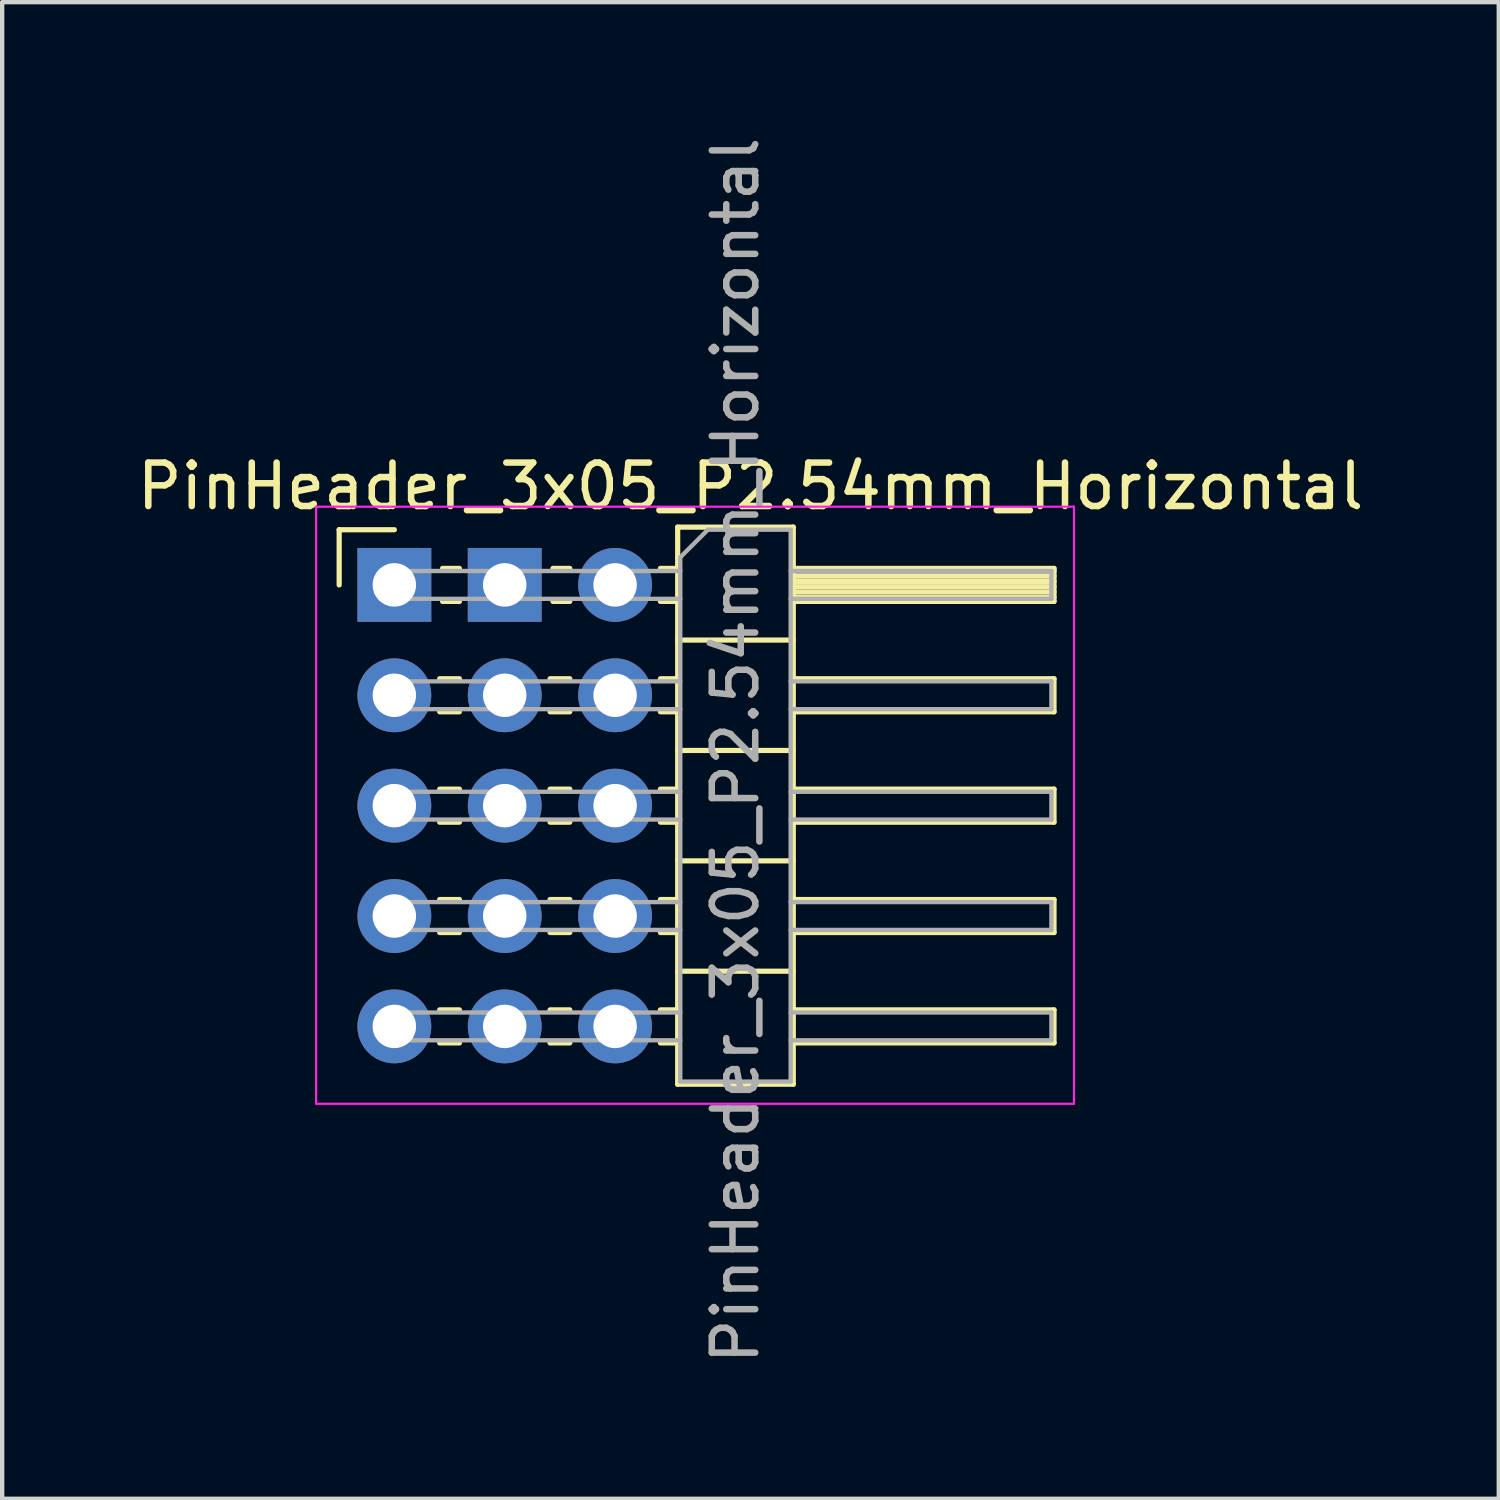
<source format=kicad_pcb>
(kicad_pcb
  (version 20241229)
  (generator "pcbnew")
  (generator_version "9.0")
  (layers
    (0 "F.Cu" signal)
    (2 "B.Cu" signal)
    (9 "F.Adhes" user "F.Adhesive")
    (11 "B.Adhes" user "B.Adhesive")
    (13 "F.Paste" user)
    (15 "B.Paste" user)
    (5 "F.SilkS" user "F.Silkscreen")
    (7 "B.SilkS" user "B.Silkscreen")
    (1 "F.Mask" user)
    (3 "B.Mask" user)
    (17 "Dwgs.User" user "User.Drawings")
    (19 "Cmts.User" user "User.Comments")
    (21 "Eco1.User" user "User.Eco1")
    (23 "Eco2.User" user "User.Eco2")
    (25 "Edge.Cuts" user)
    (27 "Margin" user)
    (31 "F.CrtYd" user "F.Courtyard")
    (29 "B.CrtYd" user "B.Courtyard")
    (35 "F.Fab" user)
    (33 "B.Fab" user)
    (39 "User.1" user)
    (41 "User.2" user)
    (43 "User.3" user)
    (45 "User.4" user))
  (footprint "PinHeader_3x05_P2.54mm_Horizontal"
    (layer "F.Cu")
    (at 6.025 10.41)
    (property "Reference" "PinHeader_3x05_P2.54mm_Horizontal" (at 8.195 -2.27 0) (layer "F.SilkS") (effects (font (size 1 1) (thickness 0.15))))
    (attr through_hole)
    (fp_line (start -1.27 -1.27) (end 0 -1.27) (stroke (width 0.12) (type solid)) (layer "F.SilkS"))
    (fp_line (start -1.27 0) (end -1.27 -1.27) (stroke (width 0.12) (type solid)) (layer "F.SilkS"))
    (fp_line (start 1.043 2.16) (end 1.497 2.16) (stroke (width 0.12) (type solid)) (layer "F.SilkS"))
    (fp_line (start 1.043 2.92) (end 1.497 2.92) (stroke (width 0.12) (type solid)) (layer "F.SilkS"))
    (fp_line (start 1.043 4.7) (end 1.497 4.7) (stroke (width 0.12) (type solid)) (layer "F.SilkS"))
    (fp_line (start 1.043 5.46) (end 1.497 5.46) (stroke (width 0.12) (type solid)) (layer "F.SilkS"))
    (fp_line (start 1.043 7.24) (end 1.497 7.24) (stroke (width 0.12) (type solid)) (layer "F.SilkS"))
    (fp_line (start 1.043 8) (end 1.497 8) (stroke (width 0.12) (type solid)) (layer "F.SilkS"))
    (fp_line (start 1.043 9.78) (end 1.497 9.78) (stroke (width 0.12) (type solid)) (layer "F.SilkS"))
    (fp_line (start 1.043 10.54) (end 1.497 10.54) (stroke (width 0.12) (type solid)) (layer "F.SilkS"))
    (fp_line (start 1.11 -0.38) (end 1.497 -0.38) (stroke (width 0.12) (type solid)) (layer "F.SilkS"))
    (fp_line (start 1.11 0.38) (end 1.497 0.38) (stroke (width 0.12) (type solid)) (layer "F.SilkS"))
    (fp_line (start 3.583 2.16) (end 4.037 2.16) (stroke (width 0.12) (type solid)) (layer "F.SilkS"))
    (fp_line (start 3.583 2.92) (end 4.037 2.92) (stroke (width 0.12) (type solid)) (layer "F.SilkS"))
    (fp_line (start 3.583 4.7) (end 4.037 4.7) (stroke (width 0.12) (type solid)) (layer "F.SilkS"))
    (fp_line (start 3.583 5.46) (end 4.037 5.46) (stroke (width 0.12) (type solid)) (layer "F.SilkS"))
    (fp_line (start 3.583 7.24) (end 4.037 7.24) (stroke (width 0.12) (type solid)) (layer "F.SilkS"))
    (fp_line (start 3.583 8) (end 4.037 8) (stroke (width 0.12) (type solid)) (layer "F.SilkS"))
    (fp_line (start 3.583 9.78) (end 4.037 9.78) (stroke (width 0.12) (type solid)) (layer "F.SilkS"))
    (fp_line (start 3.583 10.54) (end 4.037 10.54) (stroke (width 0.12) (type solid)) (layer "F.SilkS"))
    (fp_line (start 3.65 -0.38) (end 4.037 -0.38) (stroke (width 0.12) (type solid)) (layer "F.SilkS"))
    (fp_line (start 3.65 0.38) (end 4.037 0.38) (stroke (width 0.12) (type solid)) (layer "F.SilkS"))
    (fp_line (start 6.123 -0.38) (end 6.52 -0.38) (stroke (width 0.12) (type solid)) (layer "F.SilkS"))
    (fp_line (start 6.123 0.38) (end 6.52 0.38) (stroke (width 0.12) (type solid)) (layer "F.SilkS"))
    (fp_line (start 6.123 2.16) (end 6.52 2.16) (stroke (width 0.12) (type solid)) (layer "F.SilkS"))
    (fp_line (start 6.123 2.92) (end 6.52 2.92) (stroke (width 0.12) (type solid)) (layer "F.SilkS"))
    (fp_line (start 6.123 4.7) (end 6.52 4.7) (stroke (width 0.12) (type solid)) (layer "F.SilkS"))
    (fp_line (start 6.123 5.46) (end 6.52 5.46) (stroke (width 0.12) (type solid)) (layer "F.SilkS"))
    (fp_line (start 6.123 7.24) (end 6.52 7.24) (stroke (width 0.12) (type solid)) (layer "F.SilkS"))
    (fp_line (start 6.123 8) (end 6.52 8) (stroke (width 0.12) (type solid)) (layer "F.SilkS"))
    (fp_line (start 6.123 9.78) (end 6.52 9.78) (stroke (width 0.12) (type solid)) (layer "F.SilkS"))
    (fp_line (start 6.123 10.54) (end 6.52 10.54) (stroke (width 0.12) (type solid)) (layer "F.SilkS"))
    (fp_line (start 6.52 -1.33) (end 6.52 11.49) (stroke (width 0.12) (type solid)) (layer "F.SilkS"))
    (fp_line (start 6.52 1.27) (end 9.18 1.27) (stroke (width 0.12) (type solid)) (layer "F.SilkS"))
    (fp_line (start 6.52 3.81) (end 9.18 3.81) (stroke (width 0.12) (type solid)) (layer "F.SilkS"))
    (fp_line (start 6.52 6.35) (end 9.18 6.35) (stroke (width 0.12) (type solid)) (layer "F.SilkS"))
    (fp_line (start 6.52 8.89) (end 9.18 8.89) (stroke (width 0.12) (type solid)) (layer "F.SilkS"))
    (fp_line (start 6.52 11.49) (end 9.18 11.49) (stroke (width 0.12) (type solid)) (layer "F.SilkS"))
    (fp_line (start 9.18 -1.33) (end 6.52 -1.33) (stroke (width 0.12) (type solid)) (layer "F.SilkS"))
    (fp_line (start 9.18 -0.38) (end 15.18 -0.38) (stroke (width 0.12) (type solid)) (layer "F.SilkS"))
    (fp_line (start 9.18 -0.32) (end 15.18 -0.32) (stroke (width 0.12) (type solid)) (layer "F.SilkS"))
    (fp_line (start 9.18 -0.2) (end 15.18 -0.2) (stroke (width 0.12) (type solid)) (layer "F.SilkS"))
    (fp_line (start 9.18 -0.08) (end 15.18 -0.08) (stroke (width 0.12) (type solid)) (layer "F.SilkS"))
    (fp_line (start 9.18 0.04) (end 15.18 0.04) (stroke (width 0.12) (type solid)) (layer "F.SilkS"))
    (fp_line (start 9.18 0.16) (end 15.18 0.16) (stroke (width 0.12) (type solid)) (layer "F.SilkS"))
    (fp_line (start 9.18 0.28) (end 15.18 0.28) (stroke (width 0.12) (type solid)) (layer "F.SilkS"))
    (fp_line (start 9.18 2.16) (end 15.18 2.16) (stroke (width 0.12) (type solid)) (layer "F.SilkS"))
    (fp_line (start 9.18 4.7) (end 15.18 4.7) (stroke (width 0.12) (type solid)) (layer "F.SilkS"))
    (fp_line (start 9.18 7.24) (end 15.18 7.24) (stroke (width 0.12) (type solid)) (layer "F.SilkS"))
    (fp_line (start 9.18 9.78) (end 15.18 9.78) (stroke (width 0.12) (type solid)) (layer "F.SilkS"))
    (fp_line (start 9.18 11.49) (end 9.18 -1.33) (stroke (width 0.12) (type solid)) (layer "F.SilkS"))
    (fp_line (start 15.18 -0.38) (end 15.18 0.38) (stroke (width 0.12) (type solid)) (layer "F.SilkS"))
    (fp_line (start 15.18 0.38) (end 9.18 0.38) (stroke (width 0.12) (type solid)) (layer "F.SilkS"))
    (fp_line (start 15.18 2.16) (end 15.18 2.92) (stroke (width 0.12) (type solid)) (layer "F.SilkS"))
    (fp_line (start 15.18 2.92) (end 9.18 2.92) (stroke (width 0.12) (type solid)) (layer "F.SilkS"))
    (fp_line (start 15.18 4.7) (end 15.18 5.46) (stroke (width 0.12) (type solid)) (layer "F.SilkS"))
    (fp_line (start 15.18 5.46) (end 9.18 5.46) (stroke (width 0.12) (type solid)) (layer "F.SilkS"))
    (fp_line (start 15.18 7.24) (end 15.18 8) (stroke (width 0.12) (type solid)) (layer "F.SilkS"))
    (fp_line (start 15.18 8) (end 9.18 8) (stroke (width 0.12) (type solid)) (layer "F.SilkS"))
    (fp_line (start 15.18 9.78) (end 15.18 10.54) (stroke (width 0.12) (type solid)) (layer "F.SilkS"))
    (fp_line (start 15.18 10.54) (end 9.18 10.54) (stroke (width 0.12) (type solid)) (layer "F.SilkS"))
    (fp_line (start -1.8 -1.8) (end -1.8 11.94) (stroke (width 0.05) (type solid)) (layer "F.CrtYd"))
    (fp_line (start -1.8 11.94) (end 15.64 11.94) (stroke (width 0.05) (type solid)) (layer "F.CrtYd"))
    (fp_line (start 15.64 -1.8) (end -1.8 -1.8) (stroke (width 0.05) (type solid)) (layer "F.CrtYd"))
    (fp_line (start 15.64 11.94) (end 15.64 -1.8) (stroke (width 0.05) (type solid)) (layer "F.CrtYd"))
    (fp_line (start -0.32 -0.32) (end -0.32 0.32) (stroke (width 0.1) (type solid)) (layer "F.Fab"))
    (fp_line (start -0.32 -0.32) (end 6.58 -0.32) (stroke (width 0.1) (type solid)) (layer "F.Fab"))
    (fp_line (start -0.32 0.32) (end 6.58 0.32) (stroke (width 0.1) (type solid)) (layer "F.Fab"))
    (fp_line (start -0.32 2.22) (end -0.32 2.86) (stroke (width 0.1) (type solid)) (layer "F.Fab"))
    (fp_line (start -0.32 2.22) (end 6.58 2.22) (stroke (width 0.1) (type solid)) (layer "F.Fab"))
    (fp_line (start -0.32 2.86) (end 6.58 2.86) (stroke (width 0.1) (type solid)) (layer "F.Fab"))
    (fp_line (start -0.32 4.76) (end -0.32 5.4) (stroke (width 0.1) (type solid)) (layer "F.Fab"))
    (fp_line (start -0.32 4.76) (end 6.58 4.76) (stroke (width 0.1) (type solid)) (layer "F.Fab"))
    (fp_line (start -0.32 5.4) (end 6.58 5.4) (stroke (width 0.1) (type solid)) (layer "F.Fab"))
    (fp_line (start -0.32 7.3) (end -0.32 7.94) (stroke (width 0.1) (type solid)) (layer "F.Fab"))
    (fp_line (start -0.32 7.3) (end 6.58 7.3) (stroke (width 0.1) (type solid)) (layer "F.Fab"))
    (fp_line (start -0.32 7.94) (end 6.58 7.94) (stroke (width 0.1) (type solid)) (layer "F.Fab"))
    (fp_line (start -0.32 9.84) (end -0.32 10.48) (stroke (width 0.1) (type solid)) (layer "F.Fab"))
    (fp_line (start -0.32 9.84) (end 6.58 9.84) (stroke (width 0.1) (type solid)) (layer "F.Fab"))
    (fp_line (start -0.32 10.48) (end 6.58 10.48) (stroke (width 0.1) (type solid)) (layer "F.Fab"))
    (fp_line (start 2.22 -0.32) (end 2.22 0.32) (stroke (width 0.1) (type solid)) (layer "F.Fab"))
    (fp_line (start 2.22 2.22) (end 2.22 2.86) (stroke (width 0.1) (type solid)) (layer "F.Fab"))
    (fp_line (start 2.22 4.76) (end 2.22 5.4) (stroke (width 0.1) (type solid)) (layer "F.Fab"))
    (fp_line (start 2.22 7.3) (end 2.22 7.94) (stroke (width 0.1) (type solid)) (layer "F.Fab"))
    (fp_line (start 2.22 9.84) (end 2.22 10.48) (stroke (width 0.1) (type solid)) (layer "F.Fab"))
    (fp_line (start 6.58 -0.635) (end 7.215 -1.27) (stroke (width 0.1) (type solid)) (layer "F.Fab"))
    (fp_line (start 6.58 11.43) (end 6.58 -0.635) (stroke (width 0.1) (type solid)) (layer "F.Fab"))
    (fp_line (start 7.215 -1.27) (end 9.12 -1.27) (stroke (width 0.1) (type solid)) (layer "F.Fab"))
    (fp_line (start 9.12 -1.27) (end 9.12 11.43) (stroke (width 0.1) (type solid)) (layer "F.Fab"))
    (fp_line (start 9.12 -0.32) (end 15.12 -0.32) (stroke (width 0.1) (type solid)) (layer "F.Fab"))
    (fp_line (start 9.12 0.32) (end 15.12 0.32) (stroke (width 0.1) (type solid)) (layer "F.Fab"))
    (fp_line (start 9.12 2.22) (end 15.12 2.22) (stroke (width 0.1) (type solid)) (layer "F.Fab"))
    (fp_line (start 9.12 2.86) (end 15.12 2.86) (stroke (width 0.1) (type solid)) (layer "F.Fab"))
    (fp_line (start 9.12 4.76) (end 15.12 4.76) (stroke (width 0.1) (type solid)) (layer "F.Fab"))
    (fp_line (start 9.12 5.4) (end 15.12 5.4) (stroke (width 0.1) (type solid)) (layer "F.Fab"))
    (fp_line (start 9.12 7.3) (end 15.12 7.3) (stroke (width 0.1) (type solid)) (layer "F.Fab"))
    (fp_line (start 9.12 7.94) (end 15.12 7.94) (stroke (width 0.1) (type solid)) (layer "F.Fab"))
    (fp_line (start 9.12 9.84) (end 15.12 9.84) (stroke (width 0.1) (type solid)) (layer "F.Fab"))
    (fp_line (start 9.12 10.48) (end 15.12 10.48) (stroke (width 0.1) (type solid)) (layer "F.Fab"))
    (fp_line (start 9.12 11.43) (end 6.58 11.43) (stroke (width 0.1) (type solid)) (layer "F.Fab"))
    (fp_line (start 15.12 -0.32) (end 15.12 0.32) (stroke (width 0.1) (type solid)) (layer "F.Fab"))
    (fp_line (start 15.12 2.22) (end 15.12 2.86) (stroke (width 0.1) (type solid)) (layer "F.Fab"))
    (fp_line (start 15.12 4.76) (end 15.12 5.4) (stroke (width 0.1) (type solid)) (layer "F.Fab"))
    (fp_line (start 15.12 7.3) (end 15.12 7.94) (stroke (width 0.1) (type solid)) (layer "F.Fab"))
    (fp_line (start 15.12 9.84) (end 15.12 10.48) (stroke (width 0.1) (type solid)) (layer "F.Fab"))
    (fp_text user "${REFERENCE}" (at 7.85 3.81 90) (layer "F.Fab") (effects (font (size 1 1) (thickness 0.15))))
    (pad "a1" thru_hole rect (at 0 0) (size 1.7 1.7) (drill 1) (layers "*.Cu" "*.Mask"))
    (pad "a2" thru_hole oval (at 0 2.54) (size 1.7 1.7) (drill 1) (layers "*.Cu" "*.Mask"))
    (pad "a3" thru_hole oval (at 0 5.08) (size 1.7 1.7) (drill 1) (layers "*.Cu" "*.Mask"))
    (pad "a4" thru_hole oval (at 0 7.62) (size 1.7 1.7) (drill 1) (layers "*.Cu" "*.Mask"))
    (pad "a5" thru_hole oval (at 0 10.16) (size 1.7 1.7) (drill 1) (layers "*.Cu" "*.Mask"))
    (pad "b1" thru_hole rect (at 2.54 0) (size 1.7 1.7) (drill 1) (layers "*.Cu" "*.Mask"))
    (pad "b2" thru_hole oval (at 2.54 2.54) (size 1.7 1.7) (drill 1) (layers "*.Cu" "*.Mask"))
    (pad "b3" thru_hole oval (at 2.54 5.08) (size 1.7 1.7) (drill 1) (layers "*.Cu" "*.Mask"))
    (pad "b4" thru_hole oval (at 2.54 7.62) (size 1.7 1.7) (drill 1) (layers "*.Cu" "*.Mask"))
    (pad "b5" thru_hole oval (at 2.54 10.16) (size 1.7 1.7) (drill 1) (layers "*.Cu" "*.Mask"))
    (pad "c1" thru_hole oval (at 5.08 0) (size 1.7 1.7) (drill 1) (layers "*.Cu" "*.Mask"))
    (pad "c2" thru_hole oval (at 5.08 2.54) (size 1.7 1.7) (drill 1) (layers "*.Cu" "*.Mask"))
    (pad "c3" thru_hole oval (at 5.08 5.08) (size 1.7 1.7) (drill 1) (layers "*.Cu" "*.Mask"))
    (pad "c4" thru_hole oval (at 5.08 7.62) (size 1.7 1.7) (drill 1) (layers "*.Cu" "*.Mask"))
    (pad "c5" thru_hole oval (at 5.08 10.16) (size 1.7 1.7) (drill 1) (layers "*.Cu" "*.Mask")))
  (gr_rect
    (start -3 -3)
    (end 31.44 31.44)
    (stroke (width 0.1) (type default))
    (fill no)
    (layer "Edge.Cuts")))
</source>
